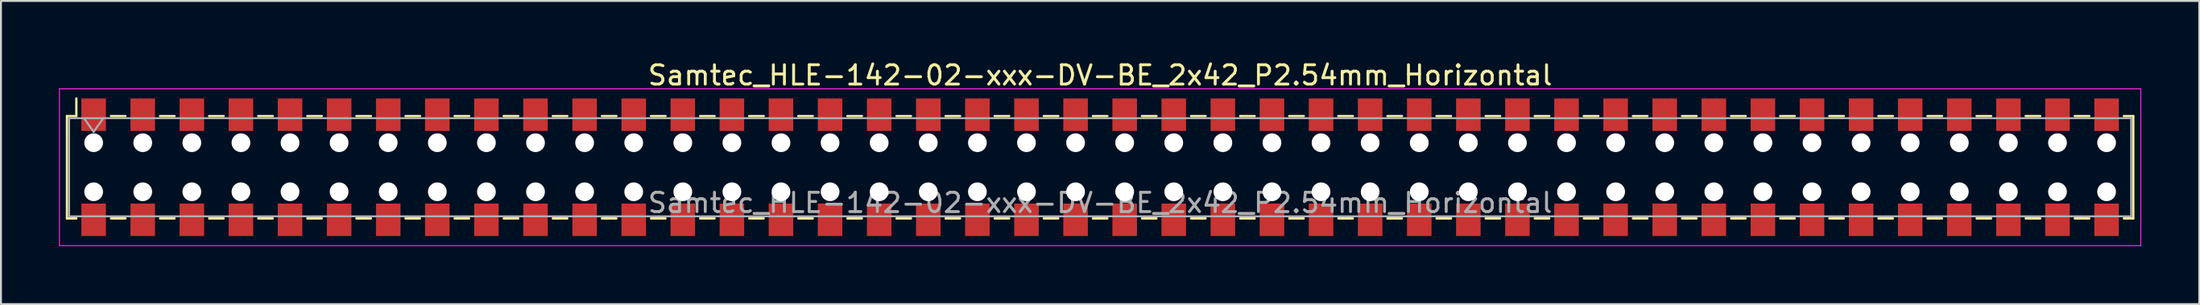
<source format=kicad_pcb>
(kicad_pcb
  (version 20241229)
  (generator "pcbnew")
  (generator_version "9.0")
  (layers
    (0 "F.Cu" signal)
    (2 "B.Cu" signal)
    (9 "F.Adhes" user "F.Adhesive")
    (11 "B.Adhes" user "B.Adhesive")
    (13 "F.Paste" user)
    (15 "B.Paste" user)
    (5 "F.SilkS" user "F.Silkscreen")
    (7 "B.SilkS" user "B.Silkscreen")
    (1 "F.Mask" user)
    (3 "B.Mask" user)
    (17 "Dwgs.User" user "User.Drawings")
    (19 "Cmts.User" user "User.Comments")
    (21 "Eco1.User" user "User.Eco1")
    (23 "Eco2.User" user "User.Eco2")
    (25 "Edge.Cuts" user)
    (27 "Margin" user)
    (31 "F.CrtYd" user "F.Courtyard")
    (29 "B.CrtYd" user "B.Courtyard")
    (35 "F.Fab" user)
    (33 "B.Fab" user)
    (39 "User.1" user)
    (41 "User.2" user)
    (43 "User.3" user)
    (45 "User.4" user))
  (footprint "Samtec_HLE-142-02-xxx-DV-BE_2x42_P2.54mm_Horizontal"
    (layer "F.Cu")
    (at 53.865 5.608)
    (property "Reference" "Samtec_HLE-142-02-xxx-DV-BE_2x42_P2.54mm_Horizontal" (at 0 -4.76 0) (layer "F.SilkS") (effects (font (size 1 1) (thickness 0.15))))
    (attr smd)
    (fp_line (start -53.45 -2.65) (end -53.45 2.65) (stroke (width 0.12) (type solid)) (layer "F.SilkS"))
    (fp_line (start -53.45 2.65) (end -52.965 2.65) (stroke (width 0.12) (type solid)) (layer "F.SilkS"))
    (fp_line (start -52.965 -3.56) (end -52.965 -2.65) (stroke (width 0.12) (type solid)) (layer "F.SilkS"))
    (fp_line (start -52.965 -2.65) (end -53.45 -2.65) (stroke (width 0.12) (type solid)) (layer "F.SilkS"))
    (fp_line (start -51.175 -2.65) (end -50.425 -2.65) (stroke (width 0.12) (type solid)) (layer "F.SilkS"))
    (fp_line (start -51.175 2.65) (end -50.425 2.65) (stroke (width 0.12) (type solid)) (layer "F.SilkS"))
    (fp_line (start -48.635 -2.65) (end -47.885 -2.65) (stroke (width 0.12) (type solid)) (layer "F.SilkS"))
    (fp_line (start -48.635 2.65) (end -47.885 2.65) (stroke (width 0.12) (type solid)) (layer "F.SilkS"))
    (fp_line (start -46.095 -2.65) (end -45.345 -2.65) (stroke (width 0.12) (type solid)) (layer "F.SilkS"))
    (fp_line (start -46.095 2.65) (end -45.345 2.65) (stroke (width 0.12) (type solid)) (layer "F.SilkS"))
    (fp_line (start -43.555 -2.65) (end -42.805 -2.65) (stroke (width 0.12) (type solid)) (layer "F.SilkS"))
    (fp_line (start -43.555 2.65) (end -42.805 2.65) (stroke (width 0.12) (type solid)) (layer "F.SilkS"))
    (fp_line (start -41.015 -2.65) (end -40.265 -2.65) (stroke (width 0.12) (type solid)) (layer "F.SilkS"))
    (fp_line (start -41.015 2.65) (end -40.265 2.65) (stroke (width 0.12) (type solid)) (layer "F.SilkS"))
    (fp_line (start -38.475 -2.65) (end -37.725 -2.65) (stroke (width 0.12) (type solid)) (layer "F.SilkS"))
    (fp_line (start -38.475 2.65) (end -37.725 2.65) (stroke (width 0.12) (type solid)) (layer "F.SilkS"))
    (fp_line (start -35.935 -2.65) (end -35.185 -2.65) (stroke (width 0.12) (type solid)) (layer "F.SilkS"))
    (fp_line (start -35.935 2.65) (end -35.185 2.65) (stroke (width 0.12) (type solid)) (layer "F.SilkS"))
    (fp_line (start -33.395 -2.65) (end -32.645 -2.65) (stroke (width 0.12) (type solid)) (layer "F.SilkS"))
    (fp_line (start -33.395 2.65) (end -32.645 2.65) (stroke (width 0.12) (type solid)) (layer "F.SilkS"))
    (fp_line (start -30.855 -2.65) (end -30.105 -2.65) (stroke (width 0.12) (type solid)) (layer "F.SilkS"))
    (fp_line (start -30.855 2.65) (end -30.105 2.65) (stroke (width 0.12) (type solid)) (layer "F.SilkS"))
    (fp_line (start -28.315 -2.65) (end -27.565 -2.65) (stroke (width 0.12) (type solid)) (layer "F.SilkS"))
    (fp_line (start -28.315 2.65) (end -27.565 2.65) (stroke (width 0.12) (type solid)) (layer "F.SilkS"))
    (fp_line (start -25.775 -2.65) (end -25.025 -2.65) (stroke (width 0.12) (type solid)) (layer "F.SilkS"))
    (fp_line (start -25.775 2.65) (end -25.025 2.65) (stroke (width 0.12) (type solid)) (layer "F.SilkS"))
    (fp_line (start -23.235 -2.65) (end -22.485 -2.65) (stroke (width 0.12) (type solid)) (layer "F.SilkS"))
    (fp_line (start -23.235 2.65) (end -22.485 2.65) (stroke (width 0.12) (type solid)) (layer "F.SilkS"))
    (fp_line (start -20.695 -2.65) (end -19.945 -2.65) (stroke (width 0.12) (type solid)) (layer "F.SilkS"))
    (fp_line (start -20.695 2.65) (end -19.945 2.65) (stroke (width 0.12) (type solid)) (layer "F.SilkS"))
    (fp_line (start -18.155 -2.65) (end -17.405 -2.65) (stroke (width 0.12) (type solid)) (layer "F.SilkS"))
    (fp_line (start -18.155 2.65) (end -17.405 2.65) (stroke (width 0.12) (type solid)) (layer "F.SilkS"))
    (fp_line (start -15.615 -2.65) (end -14.865 -2.65) (stroke (width 0.12) (type solid)) (layer "F.SilkS"))
    (fp_line (start -15.615 2.65) (end -14.865 2.65) (stroke (width 0.12) (type solid)) (layer "F.SilkS"))
    (fp_line (start -13.075 -2.65) (end -12.325 -2.65) (stroke (width 0.12) (type solid)) (layer "F.SilkS"))
    (fp_line (start -13.075 2.65) (end -12.325 2.65) (stroke (width 0.12) (type solid)) (layer "F.SilkS"))
    (fp_line (start -10.535 -2.65) (end -9.785 -2.65) (stroke (width 0.12) (type solid)) (layer "F.SilkS"))
    (fp_line (start -10.535 2.65) (end -9.785 2.65) (stroke (width 0.12) (type solid)) (layer "F.SilkS"))
    (fp_line (start -7.995 -2.65) (end -7.245 -2.65) (stroke (width 0.12) (type solid)) (layer "F.SilkS"))
    (fp_line (start -7.995 2.65) (end -7.245 2.65) (stroke (width 0.12) (type solid)) (layer "F.SilkS"))
    (fp_line (start -5.455 -2.65) (end -4.705 -2.65) (stroke (width 0.12) (type solid)) (layer "F.SilkS"))
    (fp_line (start -5.455 2.65) (end -4.705 2.65) (stroke (width 0.12) (type solid)) (layer "F.SilkS"))
    (fp_line (start -2.915 -2.65) (end -2.165 -2.65) (stroke (width 0.12) (type solid)) (layer "F.SilkS"))
    (fp_line (start -2.915 2.65) (end -2.165 2.65) (stroke (width 0.12) (type solid)) (layer "F.SilkS"))
    (fp_line (start -0.375 -2.65) (end 0.375 -2.65) (stroke (width 0.12) (type solid)) (layer "F.SilkS"))
    (fp_line (start -0.375 2.65) (end 0.375 2.65) (stroke (width 0.12) (type solid)) (layer "F.SilkS"))
    (fp_line (start 2.165 -2.65) (end 2.915 -2.65) (stroke (width 0.12) (type solid)) (layer "F.SilkS"))
    (fp_line (start 2.165 2.65) (end 2.915 2.65) (stroke (width 0.12) (type solid)) (layer "F.SilkS"))
    (fp_line (start 4.705 -2.65) (end 5.455 -2.65) (stroke (width 0.12) (type solid)) (layer "F.SilkS"))
    (fp_line (start 4.705 2.65) (end 5.455 2.65) (stroke (width 0.12) (type solid)) (layer "F.SilkS"))
    (fp_line (start 7.245 -2.65) (end 7.995 -2.65) (stroke (width 0.12) (type solid)) (layer "F.SilkS"))
    (fp_line (start 7.245 2.65) (end 7.995 2.65) (stroke (width 0.12) (type solid)) (layer "F.SilkS"))
    (fp_line (start 9.785 -2.65) (end 10.535 -2.65) (stroke (width 0.12) (type solid)) (layer "F.SilkS"))
    (fp_line (start 9.785 2.65) (end 10.535 2.65) (stroke (width 0.12) (type solid)) (layer "F.SilkS"))
    (fp_line (start 12.325 -2.65) (end 13.075 -2.65) (stroke (width 0.12) (type solid)) (layer "F.SilkS"))
    (fp_line (start 12.325 2.65) (end 13.075 2.65) (stroke (width 0.12) (type solid)) (layer "F.SilkS"))
    (fp_line (start 14.865 -2.65) (end 15.615 -2.65) (stroke (width 0.12) (type solid)) (layer "F.SilkS"))
    (fp_line (start 14.865 2.65) (end 15.615 2.65) (stroke (width 0.12) (type solid)) (layer "F.SilkS"))
    (fp_line (start 17.405 -2.65) (end 18.155 -2.65) (stroke (width 0.12) (type solid)) (layer "F.SilkS"))
    (fp_line (start 17.405 2.65) (end 18.155 2.65) (stroke (width 0.12) (type solid)) (layer "F.SilkS"))
    (fp_line (start 19.945 -2.65) (end 20.695 -2.65) (stroke (width 0.12) (type solid)) (layer "F.SilkS"))
    (fp_line (start 19.945 2.65) (end 20.695 2.65) (stroke (width 0.12) (type solid)) (layer "F.SilkS"))
    (fp_line (start 22.485 -2.65) (end 23.235 -2.65) (stroke (width 0.12) (type solid)) (layer "F.SilkS"))
    (fp_line (start 22.485 2.65) (end 23.235 2.65) (stroke (width 0.12) (type solid)) (layer "F.SilkS"))
    (fp_line (start 25.025 -2.65) (end 25.775 -2.65) (stroke (width 0.12) (type solid)) (layer "F.SilkS"))
    (fp_line (start 25.025 2.65) (end 25.775 2.65) (stroke (width 0.12) (type solid)) (layer "F.SilkS"))
    (fp_line (start 27.565 -2.65) (end 28.315 -2.65) (stroke (width 0.12) (type solid)) (layer "F.SilkS"))
    (fp_line (start 27.565 2.65) (end 28.315 2.65) (stroke (width 0.12) (type solid)) (layer "F.SilkS"))
    (fp_line (start 30.105 -2.65) (end 30.855 -2.65) (stroke (width 0.12) (type solid)) (layer "F.SilkS"))
    (fp_line (start 30.105 2.65) (end 30.855 2.65) (stroke (width 0.12) (type solid)) (layer "F.SilkS"))
    (fp_line (start 32.645 -2.65) (end 33.395 -2.65) (stroke (width 0.12) (type solid)) (layer "F.SilkS"))
    (fp_line (start 32.645 2.65) (end 33.395 2.65) (stroke (width 0.12) (type solid)) (layer "F.SilkS"))
    (fp_line (start 35.185 -2.65) (end 35.935 -2.65) (stroke (width 0.12) (type solid)) (layer "F.SilkS"))
    (fp_line (start 35.185 2.65) (end 35.935 2.65) (stroke (width 0.12) (type solid)) (layer "F.SilkS"))
    (fp_line (start 37.725 -2.65) (end 38.475 -2.65) (stroke (width 0.12) (type solid)) (layer "F.SilkS"))
    (fp_line (start 37.725 2.65) (end 38.475 2.65) (stroke (width 0.12) (type solid)) (layer "F.SilkS"))
    (fp_line (start 40.265 -2.65) (end 41.015 -2.65) (stroke (width 0.12) (type solid)) (layer "F.SilkS"))
    (fp_line (start 40.265 2.65) (end 41.015 2.65) (stroke (width 0.12) (type solid)) (layer "F.SilkS"))
    (fp_line (start 42.805 -2.65) (end 43.555 -2.65) (stroke (width 0.12) (type solid)) (layer "F.SilkS"))
    (fp_line (start 42.805 2.65) (end 43.555 2.65) (stroke (width 0.12) (type solid)) (layer "F.SilkS"))
    (fp_line (start 45.345 -2.65) (end 46.095 -2.65) (stroke (width 0.12) (type solid)) (layer "F.SilkS"))
    (fp_line (start 45.345 2.65) (end 46.095 2.65) (stroke (width 0.12) (type solid)) (layer "F.SilkS"))
    (fp_line (start 47.885 -2.65) (end 48.635 -2.65) (stroke (width 0.12) (type solid)) (layer "F.SilkS"))
    (fp_line (start 47.885 2.65) (end 48.635 2.65) (stroke (width 0.12) (type solid)) (layer "F.SilkS"))
    (fp_line (start 50.425 -2.65) (end 51.175 -2.65) (stroke (width 0.12) (type solid)) (layer "F.SilkS"))
    (fp_line (start 50.425 2.65) (end 51.175 2.65) (stroke (width 0.12) (type solid)) (layer "F.SilkS"))
    (fp_line (start 52.965 -2.65) (end 53.45 -2.65) (stroke (width 0.12) (type solid)) (layer "F.SilkS"))
    (fp_line (start 53.45 -2.65) (end 53.45 2.65) (stroke (width 0.12) (type solid)) (layer "F.SilkS"))
    (fp_line (start 53.45 2.65) (end 52.965 2.65) (stroke (width 0.12) (type solid)) (layer "F.SilkS"))
    (fp_line (start -53.84 -4.06) (end 53.84 -4.06) (stroke (width 0.05) (type solid)) (layer "F.CrtYd"))
    (fp_line (start -53.84 4.06) (end -53.84 -4.06) (stroke (width 0.05) (type solid)) (layer "F.CrtYd"))
    (fp_line (start 53.84 -4.06) (end 53.84 4.06) (stroke (width 0.05) (type solid)) (layer "F.CrtYd"))
    (fp_line (start 53.84 4.06) (end -53.84 4.06) (stroke (width 0.05) (type solid)) (layer "F.CrtYd"))
    (fp_line (start -53.34 -2.54) (end 53.34 -2.54) (stroke (width 0.1) (type solid)) (layer "F.Fab"))
    (fp_line (start -53.34 2.54) (end -53.34 -2.54) (stroke (width 0.1) (type solid)) (layer "F.Fab"))
    (fp_line (start -52.57 -2.54) (end -52.07 -1.833) (stroke (width 0.1) (type solid)) (layer "F.Fab"))
    (fp_line (start -52.07 -1.833) (end -51.57 -2.54) (stroke (width 0.1) (type solid)) (layer "F.Fab"))
    (fp_line (start 53.34 -2.54) (end 53.34 2.54) (stroke (width 0.1) (type solid)) (layer "F.Fab"))
    (fp_line (start 53.34 2.54) (end -53.34 2.54) (stroke (width 0.1) (type solid)) (layer "F.Fab"))
    (fp_text user "${REFERENCE}" (at 0 1.84 0) (layer "F.Fab") (effects (font (size 1 1) (thickness 0.15))))
    (pad "" np_thru_hole circle (at -52.07 -1.27) (size 0.97 0.97) (drill 0.97) (layers "*.Cu" "*.Mask"))
    (pad "" np_thru_hole circle (at -52.07 1.27) (size 0.97 0.97) (drill 0.97) (layers "*.Cu" "*.Mask"))
    (pad "" np_thru_hole circle (at -49.53 -1.27) (size 0.97 0.97) (drill 0.97) (layers "*.Cu" "*.Mask"))
    (pad "" np_thru_hole circle (at -49.53 1.27) (size 0.97 0.97) (drill 0.97) (layers "*.Cu" "*.Mask"))
    (pad "" np_thru_hole circle (at -46.99 -1.27) (size 0.97 0.97) (drill 0.97) (layers "*.Cu" "*.Mask"))
    (pad "" np_thru_hole circle (at -46.99 1.27) (size 0.97 0.97) (drill 0.97) (layers "*.Cu" "*.Mask"))
    (pad "" np_thru_hole circle (at -44.45 -1.27) (size 0.97 0.97) (drill 0.97) (layers "*.Cu" "*.Mask"))
    (pad "" np_thru_hole circle (at -44.45 1.27) (size 0.97 0.97) (drill 0.97) (layers "*.Cu" "*.Mask"))
    (pad "" np_thru_hole circle (at -41.91 -1.27) (size 0.97 0.97) (drill 0.97) (layers "*.Cu" "*.Mask"))
    (pad "" np_thru_hole circle (at -41.91 1.27) (size 0.97 0.97) (drill 0.97) (layers "*.Cu" "*.Mask"))
    (pad "" np_thru_hole circle (at -39.37 -1.27) (size 0.97 0.97) (drill 0.97) (layers "*.Cu" "*.Mask"))
    (pad "" np_thru_hole circle (at -39.37 1.27) (size 0.97 0.97) (drill 0.97) (layers "*.Cu" "*.Mask"))
    (pad "" np_thru_hole circle (at -36.83 -1.27) (size 0.97 0.97) (drill 0.97) (layers "*.Cu" "*.Mask"))
    (pad "" np_thru_hole circle (at -36.83 1.27) (size 0.97 0.97) (drill 0.97) (layers "*.Cu" "*.Mask"))
    (pad "" np_thru_hole circle (at -34.29 -1.27) (size 0.97 0.97) (drill 0.97) (layers "*.Cu" "*.Mask"))
    (pad "" np_thru_hole circle (at -34.29 1.27) (size 0.97 0.97) (drill 0.97) (layers "*.Cu" "*.Mask"))
    (pad "" np_thru_hole circle (at -31.75 -1.27) (size 0.97 0.97) (drill 0.97) (layers "*.Cu" "*.Mask"))
    (pad "" np_thru_hole circle (at -31.75 1.27) (size 0.97 0.97) (drill 0.97) (layers "*.Cu" "*.Mask"))
    (pad "" np_thru_hole circle (at -29.21 -1.27) (size 0.97 0.97) (drill 0.97) (layers "*.Cu" "*.Mask"))
    (pad "" np_thru_hole circle (at -29.21 1.27) (size 0.97 0.97) (drill 0.97) (layers "*.Cu" "*.Mask"))
    (pad "" np_thru_hole circle (at -26.67 -1.27) (size 0.97 0.97) (drill 0.97) (layers "*.Cu" "*.Mask"))
    (pad "" np_thru_hole circle (at -26.67 1.27) (size 0.97 0.97) (drill 0.97) (layers "*.Cu" "*.Mask"))
    (pad "" np_thru_hole circle (at -24.13 -1.27) (size 0.97 0.97) (drill 0.97) (layers "*.Cu" "*.Mask"))
    (pad "" np_thru_hole circle (at -24.13 1.27) (size 0.97 0.97) (drill 0.97) (layers "*.Cu" "*.Mask"))
    (pad "" np_thru_hole circle (at -21.59 -1.27) (size 0.97 0.97) (drill 0.97) (layers "*.Cu" "*.Mask"))
    (pad "" np_thru_hole circle (at -21.59 1.27) (size 0.97 0.97) (drill 0.97) (layers "*.Cu" "*.Mask"))
    (pad "" np_thru_hole circle (at -19.05 -1.27) (size 0.97 0.97) (drill 0.97) (layers "*.Cu" "*.Mask"))
    (pad "" np_thru_hole circle (at -19.05 1.27) (size 0.97 0.97) (drill 0.97) (layers "*.Cu" "*.Mask"))
    (pad "" np_thru_hole circle (at -16.51 -1.27) (size 0.97 0.97) (drill 0.97) (layers "*.Cu" "*.Mask"))
    (pad "" np_thru_hole circle (at -16.51 1.27) (size 0.97 0.97) (drill 0.97) (layers "*.Cu" "*.Mask"))
    (pad "" np_thru_hole circle (at -13.97 -1.27) (size 0.97 0.97) (drill 0.97) (layers "*.Cu" "*.Mask"))
    (pad "" np_thru_hole circle (at -13.97 1.27) (size 0.97 0.97) (drill 0.97) (layers "*.Cu" "*.Mask"))
    (pad "" np_thru_hole circle (at -11.43 -1.27) (size 0.97 0.97) (drill 0.97) (layers "*.Cu" "*.Mask"))
    (pad "" np_thru_hole circle (at -11.43 1.27) (size 0.97 0.97) (drill 0.97) (layers "*.Cu" "*.Mask"))
    (pad "" np_thru_hole circle (at -8.89 -1.27) (size 0.97 0.97) (drill 0.97) (layers "*.Cu" "*.Mask"))
    (pad "" np_thru_hole circle (at -8.89 1.27) (size 0.97 0.97) (drill 0.97) (layers "*.Cu" "*.Mask"))
    (pad "" np_thru_hole circle (at -6.35 -1.27) (size 0.97 0.97) (drill 0.97) (layers "*.Cu" "*.Mask"))
    (pad "" np_thru_hole circle (at -6.35 1.27) (size 0.97 0.97) (drill 0.97) (layers "*.Cu" "*.Mask"))
    (pad "" np_thru_hole circle (at -3.81 -1.27) (size 0.97 0.97) (drill 0.97) (layers "*.Cu" "*.Mask"))
    (pad "" np_thru_hole circle (at -3.81 1.27) (size 0.97 0.97) (drill 0.97) (layers "*.Cu" "*.Mask"))
    (pad "" np_thru_hole circle (at -1.27 -1.27) (size 0.97 0.97) (drill 0.97) (layers "*.Cu" "*.Mask"))
    (pad "" np_thru_hole circle (at -1.27 1.27) (size 0.97 0.97) (drill 0.97) (layers "*.Cu" "*.Mask"))
    (pad "" np_thru_hole circle (at 1.27 -1.27) (size 0.97 0.97) (drill 0.97) (layers "*.Cu" "*.Mask"))
    (pad "" np_thru_hole circle (at 1.27 1.27) (size 0.97 0.97) (drill 0.97) (layers "*.Cu" "*.Mask"))
    (pad "" np_thru_hole circle (at 3.81 -1.27) (size 0.97 0.97) (drill 0.97) (layers "*.Cu" "*.Mask"))
    (pad "" np_thru_hole circle (at 3.81 1.27) (size 0.97 0.97) (drill 0.97) (layers "*.Cu" "*.Mask"))
    (pad "" np_thru_hole circle (at 6.35 -1.27) (size 0.97 0.97) (drill 0.97) (layers "*.Cu" "*.Mask"))
    (pad "" np_thru_hole circle (at 6.35 1.27) (size 0.97 0.97) (drill 0.97) (layers "*.Cu" "*.Mask"))
    (pad "" np_thru_hole circle (at 8.89 -1.27) (size 0.97 0.97) (drill 0.97) (layers "*.Cu" "*.Mask"))
    (pad "" np_thru_hole circle (at 8.89 1.27) (size 0.97 0.97) (drill 0.97) (layers "*.Cu" "*.Mask"))
    (pad "" np_thru_hole circle (at 11.43 -1.27) (size 0.97 0.97) (drill 0.97) (layers "*.Cu" "*.Mask"))
    (pad "" np_thru_hole circle (at 11.43 1.27) (size 0.97 0.97) (drill 0.97) (layers "*.Cu" "*.Mask"))
    (pad "" np_thru_hole circle (at 13.97 -1.27) (size 0.97 0.97) (drill 0.97) (layers "*.Cu" "*.Mask"))
    (pad "" np_thru_hole circle (at 13.97 1.27) (size 0.97 0.97) (drill 0.97) (layers "*.Cu" "*.Mask"))
    (pad "" np_thru_hole circle (at 16.51 -1.27) (size 0.97 0.97) (drill 0.97) (layers "*.Cu" "*.Mask"))
    (pad "" np_thru_hole circle (at 16.51 1.27) (size 0.97 0.97) (drill 0.97) (layers "*.Cu" "*.Mask"))
    (pad "" np_thru_hole circle (at 19.05 -1.27) (size 0.97 0.97) (drill 0.97) (layers "*.Cu" "*.Mask"))
    (pad "" np_thru_hole circle (at 19.05 1.27) (size 0.97 0.97) (drill 0.97) (layers "*.Cu" "*.Mask"))
    (pad "" np_thru_hole circle (at 21.59 -1.27) (size 0.97 0.97) (drill 0.97) (layers "*.Cu" "*.Mask"))
    (pad "" np_thru_hole circle (at 21.59 1.27) (size 0.97 0.97) (drill 0.97) (layers "*.Cu" "*.Mask"))
    (pad "" np_thru_hole circle (at 24.13 -1.27) (size 0.97 0.97) (drill 0.97) (layers "*.Cu" "*.Mask"))
    (pad "" np_thru_hole circle (at 24.13 1.27) (size 0.97 0.97) (drill 0.97) (layers "*.Cu" "*.Mask"))
    (pad "" np_thru_hole circle (at 26.67 -1.27) (size 0.97 0.97) (drill 0.97) (layers "*.Cu" "*.Mask"))
    (pad "" np_thru_hole circle (at 26.67 1.27) (size 0.97 0.97) (drill 0.97) (layers "*.Cu" "*.Mask"))
    (pad "" np_thru_hole circle (at 29.21 -1.27) (size 0.97 0.97) (drill 0.97) (layers "*.Cu" "*.Mask"))
    (pad "" np_thru_hole circle (at 29.21 1.27) (size 0.97 0.97) (drill 0.97) (layers "*.Cu" "*.Mask"))
    (pad "" np_thru_hole circle (at 31.75 -1.27) (size 0.97 0.97) (drill 0.97) (layers "*.Cu" "*.Mask"))
    (pad "" np_thru_hole circle (at 31.75 1.27) (size 0.97 0.97) (drill 0.97) (layers "*.Cu" "*.Mask"))
    (pad "" np_thru_hole circle (at 34.29 -1.27) (size 0.97 0.97) (drill 0.97) (layers "*.Cu" "*.Mask"))
    (pad "" np_thru_hole circle (at 34.29 1.27) (size 0.97 0.97) (drill 0.97) (layers "*.Cu" "*.Mask"))
    (pad "" np_thru_hole circle (at 36.83 -1.27) (size 0.97 0.97) (drill 0.97) (layers "*.Cu" "*.Mask"))
    (pad "" np_thru_hole circle (at 36.83 1.27) (size 0.97 0.97) (drill 0.97) (layers "*.Cu" "*.Mask"))
    (pad "" np_thru_hole circle (at 39.37 -1.27) (size 0.97 0.97) (drill 0.97) (layers "*.Cu" "*.Mask"))
    (pad "" np_thru_hole circle (at 39.37 1.27) (size 0.97 0.97) (drill 0.97) (layers "*.Cu" "*.Mask"))
    (pad "" np_thru_hole circle (at 41.91 -1.27) (size 0.97 0.97) (drill 0.97) (layers "*.Cu" "*.Mask"))
    (pad "" np_thru_hole circle (at 41.91 1.27) (size 0.97 0.97) (drill 0.97) (layers "*.Cu" "*.Mask"))
    (pad "" np_thru_hole circle (at 44.45 -1.27) (size 0.97 0.97) (drill 0.97) (layers "*.Cu" "*.Mask"))
    (pad "" np_thru_hole circle (at 44.45 1.27) (size 0.97 0.97) (drill 0.97) (layers "*.Cu" "*.Mask"))
    (pad "" np_thru_hole circle (at 46.99 -1.27) (size 0.97 0.97) (drill 0.97) (layers "*.Cu" "*.Mask"))
    (pad "" np_thru_hole circle (at 46.99 1.27) (size 0.97 0.97) (drill 0.97) (layers "*.Cu" "*.Mask"))
    (pad "" np_thru_hole circle (at 49.53 -1.27) (size 0.97 0.97) (drill 0.97) (layers "*.Cu" "*.Mask"))
    (pad "" np_thru_hole circle (at 49.53 1.27) (size 0.97 0.97) (drill 0.97) (layers "*.Cu" "*.Mask"))
    (pad "" np_thru_hole circle (at 52.07 -1.27) (size 0.97 0.97) (drill 0.97) (layers "*.Cu" "*.Mask"))
    (pad "" np_thru_hole circle (at 52.07 1.27) (size 0.97 0.97) (drill 0.97) (layers "*.Cu" "*.Mask"))
    (pad "1" smd rect (at -52.07 -2.72) (size 1.27 1.68) (layers "F.Cu" "F.Mask" "F.Paste"))
    (pad "2" smd rect (at -52.07 2.72) (size 1.27 1.68) (layers "F.Cu" "F.Mask" "F.Paste"))
    (pad "3" smd rect (at -49.53 -2.72) (size 1.27 1.68) (layers "F.Cu" "F.Mask" "F.Paste"))
    (pad "4" smd rect (at -49.53 2.72) (size 1.27 1.68) (layers "F.Cu" "F.Mask" "F.Paste"))
    (pad "5" smd rect (at -46.99 -2.72) (size 1.27 1.68) (layers "F.Cu" "F.Mask" "F.Paste"))
    (pad "6" smd rect (at -46.99 2.72) (size 1.27 1.68) (layers "F.Cu" "F.Mask" "F.Paste"))
    (pad "7" smd rect (at -44.45 -2.72) (size 1.27 1.68) (layers "F.Cu" "F.Mask" "F.Paste"))
    (pad "8" smd rect (at -44.45 2.72) (size 1.27 1.68) (layers "F.Cu" "F.Mask" "F.Paste"))
    (pad "9" smd rect (at -41.91 -2.72) (size 1.27 1.68) (layers "F.Cu" "F.Mask" "F.Paste"))
    (pad "10" smd rect (at -41.91 2.72) (size 1.27 1.68) (layers "F.Cu" "F.Mask" "F.Paste"))
    (pad "11" smd rect (at -39.37 -2.72) (size 1.27 1.68) (layers "F.Cu" "F.Mask" "F.Paste"))
    (pad "12" smd rect (at -39.37 2.72) (size 1.27 1.68) (layers "F.Cu" "F.Mask" "F.Paste"))
    (pad "13" smd rect (at -36.83 -2.72) (size 1.27 1.68) (layers "F.Cu" "F.Mask" "F.Paste"))
    (pad "14" smd rect (at -36.83 2.72) (size 1.27 1.68) (layers "F.Cu" "F.Mask" "F.Paste"))
    (pad "15" smd rect (at -34.29 -2.72) (size 1.27 1.68) (layers "F.Cu" "F.Mask" "F.Paste"))
    (pad "16" smd rect (at -34.29 2.72) (size 1.27 1.68) (layers "F.Cu" "F.Mask" "F.Paste"))
    (pad "17" smd rect (at -31.75 -2.72) (size 1.27 1.68) (layers "F.Cu" "F.Mask" "F.Paste"))
    (pad "18" smd rect (at -31.75 2.72) (size 1.27 1.68) (layers "F.Cu" "F.Mask" "F.Paste"))
    (pad "19" smd rect (at -29.21 -2.72) (size 1.27 1.68) (layers "F.Cu" "F.Mask" "F.Paste"))
    (pad "20" smd rect (at -29.21 2.72) (size 1.27 1.68) (layers "F.Cu" "F.Mask" "F.Paste"))
    (pad "21" smd rect (at -26.67 -2.72) (size 1.27 1.68) (layers "F.Cu" "F.Mask" "F.Paste"))
    (pad "22" smd rect (at -26.67 2.72) (size 1.27 1.68) (layers "F.Cu" "F.Mask" "F.Paste"))
    (pad "23" smd rect (at -24.13 -2.72) (size 1.27 1.68) (layers "F.Cu" "F.Mask" "F.Paste"))
    (pad "24" smd rect (at -24.13 2.72) (size 1.27 1.68) (layers "F.Cu" "F.Mask" "F.Paste"))
    (pad "25" smd rect (at -21.59 -2.72) (size 1.27 1.68) (layers "F.Cu" "F.Mask" "F.Paste"))
    (pad "26" smd rect (at -21.59 2.72) (size 1.27 1.68) (layers "F.Cu" "F.Mask" "F.Paste"))
    (pad "27" smd rect (at -19.05 -2.72) (size 1.27 1.68) (layers "F.Cu" "F.Mask" "F.Paste"))
    (pad "28" smd rect (at -19.05 2.72) (size 1.27 1.68) (layers "F.Cu" "F.Mask" "F.Paste"))
    (pad "29" smd rect (at -16.51 -2.72) (size 1.27 1.68) (layers "F.Cu" "F.Mask" "F.Paste"))
    (pad "30" smd rect (at -16.51 2.72) (size 1.27 1.68) (layers "F.Cu" "F.Mask" "F.Paste"))
    (pad "31" smd rect (at -13.97 -2.72) (size 1.27 1.68) (layers "F.Cu" "F.Mask" "F.Paste"))
    (pad "32" smd rect (at -13.97 2.72) (size 1.27 1.68) (layers "F.Cu" "F.Mask" "F.Paste"))
    (pad "33" smd rect (at -11.43 -2.72) (size 1.27 1.68) (layers "F.Cu" "F.Mask" "F.Paste"))
    (pad "34" smd rect (at -11.43 2.72) (size 1.27 1.68) (layers "F.Cu" "F.Mask" "F.Paste"))
    (pad "35" smd rect (at -8.89 -2.72) (size 1.27 1.68) (layers "F.Cu" "F.Mask" "F.Paste"))
    (pad "36" smd rect (at -8.89 2.72) (size 1.27 1.68) (layers "F.Cu" "F.Mask" "F.Paste"))
    (pad "37" smd rect (at -6.35 -2.72) (size 1.27 1.68) (layers "F.Cu" "F.Mask" "F.Paste"))
    (pad "38" smd rect (at -6.35 2.72) (size 1.27 1.68) (layers "F.Cu" "F.Mask" "F.Paste"))
    (pad "39" smd rect (at -3.81 -2.72) (size 1.27 1.68) (layers "F.Cu" "F.Mask" "F.Paste"))
    (pad "40" smd rect (at -3.81 2.72) (size 1.27 1.68) (layers "F.Cu" "F.Mask" "F.Paste"))
    (pad "41" smd rect (at -1.27 -2.72) (size 1.27 1.68) (layers "F.Cu" "F.Mask" "F.Paste"))
    (pad "42" smd rect (at -1.27 2.72) (size 1.27 1.68) (layers "F.Cu" "F.Mask" "F.Paste"))
    (pad "43" smd rect (at 1.27 -2.72) (size 1.27 1.68) (layers "F.Cu" "F.Mask" "F.Paste"))
    (pad "44" smd rect (at 1.27 2.72) (size 1.27 1.68) (layers "F.Cu" "F.Mask" "F.Paste"))
    (pad "45" smd rect (at 3.81 -2.72) (size 1.27 1.68) (layers "F.Cu" "F.Mask" "F.Paste"))
    (pad "46" smd rect (at 3.81 2.72) (size 1.27 1.68) (layers "F.Cu" "F.Mask" "F.Paste"))
    (pad "47" smd rect (at 6.35 -2.72) (size 1.27 1.68) (layers "F.Cu" "F.Mask" "F.Paste"))
    (pad "48" smd rect (at 6.35 2.72) (size 1.27 1.68) (layers "F.Cu" "F.Mask" "F.Paste"))
    (pad "49" smd rect (at 8.89 -2.72) (size 1.27 1.68) (layers "F.Cu" "F.Mask" "F.Paste"))
    (pad "50" smd rect (at 8.89 2.72) (size 1.27 1.68) (layers "F.Cu" "F.Mask" "F.Paste"))
    (pad "51" smd rect (at 11.43 -2.72) (size 1.27 1.68) (layers "F.Cu" "F.Mask" "F.Paste"))
    (pad "52" smd rect (at 11.43 2.72) (size 1.27 1.68) (layers "F.Cu" "F.Mask" "F.Paste"))
    (pad "53" smd rect (at 13.97 -2.72) (size 1.27 1.68) (layers "F.Cu" "F.Mask" "F.Paste"))
    (pad "54" smd rect (at 13.97 2.72) (size 1.27 1.68) (layers "F.Cu" "F.Mask" "F.Paste"))
    (pad "55" smd rect (at 16.51 -2.72) (size 1.27 1.68) (layers "F.Cu" "F.Mask" "F.Paste"))
    (pad "56" smd rect (at 16.51 2.72) (size 1.27 1.68) (layers "F.Cu" "F.Mask" "F.Paste"))
    (pad "57" smd rect (at 19.05 -2.72) (size 1.27 1.68) (layers "F.Cu" "F.Mask" "F.Paste"))
    (pad "58" smd rect (at 19.05 2.72) (size 1.27 1.68) (layers "F.Cu" "F.Mask" "F.Paste"))
    (pad "59" smd rect (at 21.59 -2.72) (size 1.27 1.68) (layers "F.Cu" "F.Mask" "F.Paste"))
    (pad "60" smd rect (at 21.59 2.72) (size 1.27 1.68) (layers "F.Cu" "F.Mask" "F.Paste"))
    (pad "61" smd rect (at 24.13 -2.72) (size 1.27 1.68) (layers "F.Cu" "F.Mask" "F.Paste"))
    (pad "62" smd rect (at 24.13 2.72) (size 1.27 1.68) (layers "F.Cu" "F.Mask" "F.Paste"))
    (pad "63" smd rect (at 26.67 -2.72) (size 1.27 1.68) (layers "F.Cu" "F.Mask" "F.Paste"))
    (pad "64" smd rect (at 26.67 2.72) (size 1.27 1.68) (layers "F.Cu" "F.Mask" "F.Paste"))
    (pad "65" smd rect (at 29.21 -2.72) (size 1.27 1.68) (layers "F.Cu" "F.Mask" "F.Paste"))
    (pad "66" smd rect (at 29.21 2.72) (size 1.27 1.68) (layers "F.Cu" "F.Mask" "F.Paste"))
    (pad "67" smd rect (at 31.75 -2.72) (size 1.27 1.68) (layers "F.Cu" "F.Mask" "F.Paste"))
    (pad "68" smd rect (at 31.75 2.72) (size 1.27 1.68) (layers "F.Cu" "F.Mask" "F.Paste"))
    (pad "69" smd rect (at 34.29 -2.72) (size 1.27 1.68) (layers "F.Cu" "F.Mask" "F.Paste"))
    (pad "70" smd rect (at 34.29 2.72) (size 1.27 1.68) (layers "F.Cu" "F.Mask" "F.Paste"))
    (pad "71" smd rect (at 36.83 -2.72) (size 1.27 1.68) (layers "F.Cu" "F.Mask" "F.Paste"))
    (pad "72" smd rect (at 36.83 2.72) (size 1.27 1.68) (layers "F.Cu" "F.Mask" "F.Paste"))
    (pad "73" smd rect (at 39.37 -2.72) (size 1.27 1.68) (layers "F.Cu" "F.Mask" "F.Paste"))
    (pad "74" smd rect (at 39.37 2.72) (size 1.27 1.68) (layers "F.Cu" "F.Mask" "F.Paste"))
    (pad "75" smd rect (at 41.91 -2.72) (size 1.27 1.68) (layers "F.Cu" "F.Mask" "F.Paste"))
    (pad "76" smd rect (at 41.91 2.72) (size 1.27 1.68) (layers "F.Cu" "F.Mask" "F.Paste"))
    (pad "77" smd rect (at 44.45 -2.72) (size 1.27 1.68) (layers "F.Cu" "F.Mask" "F.Paste"))
    (pad "78" smd rect (at 44.45 2.72) (size 1.27 1.68) (layers "F.Cu" "F.Mask" "F.Paste"))
    (pad "79" smd rect (at 46.99 -2.72) (size 1.27 1.68) (layers "F.Cu" "F.Mask" "F.Paste"))
    (pad "80" smd rect (at 46.99 2.72) (size 1.27 1.68) (layers "F.Cu" "F.Mask" "F.Paste"))
    (pad "81" smd rect (at 49.53 -2.72) (size 1.27 1.68) (layers "F.Cu" "F.Mask" "F.Paste"))
    (pad "82" smd rect (at 49.53 2.72) (size 1.27 1.68) (layers "F.Cu" "F.Mask" "F.Paste"))
    (pad "83" smd rect (at 52.07 -2.72) (size 1.27 1.68) (layers "F.Cu" "F.Mask" "F.Paste"))
    (pad "84" smd rect (at 52.07 2.72) (size 1.27 1.68) (layers "F.Cu" "F.Mask" "F.Paste")))
  (gr_rect
    (start -3 -3)
    (end 110.73 12.693)
    (stroke (width 0.1) (type default))
    (fill no)
    (layer "Edge.Cuts")))
</source>
